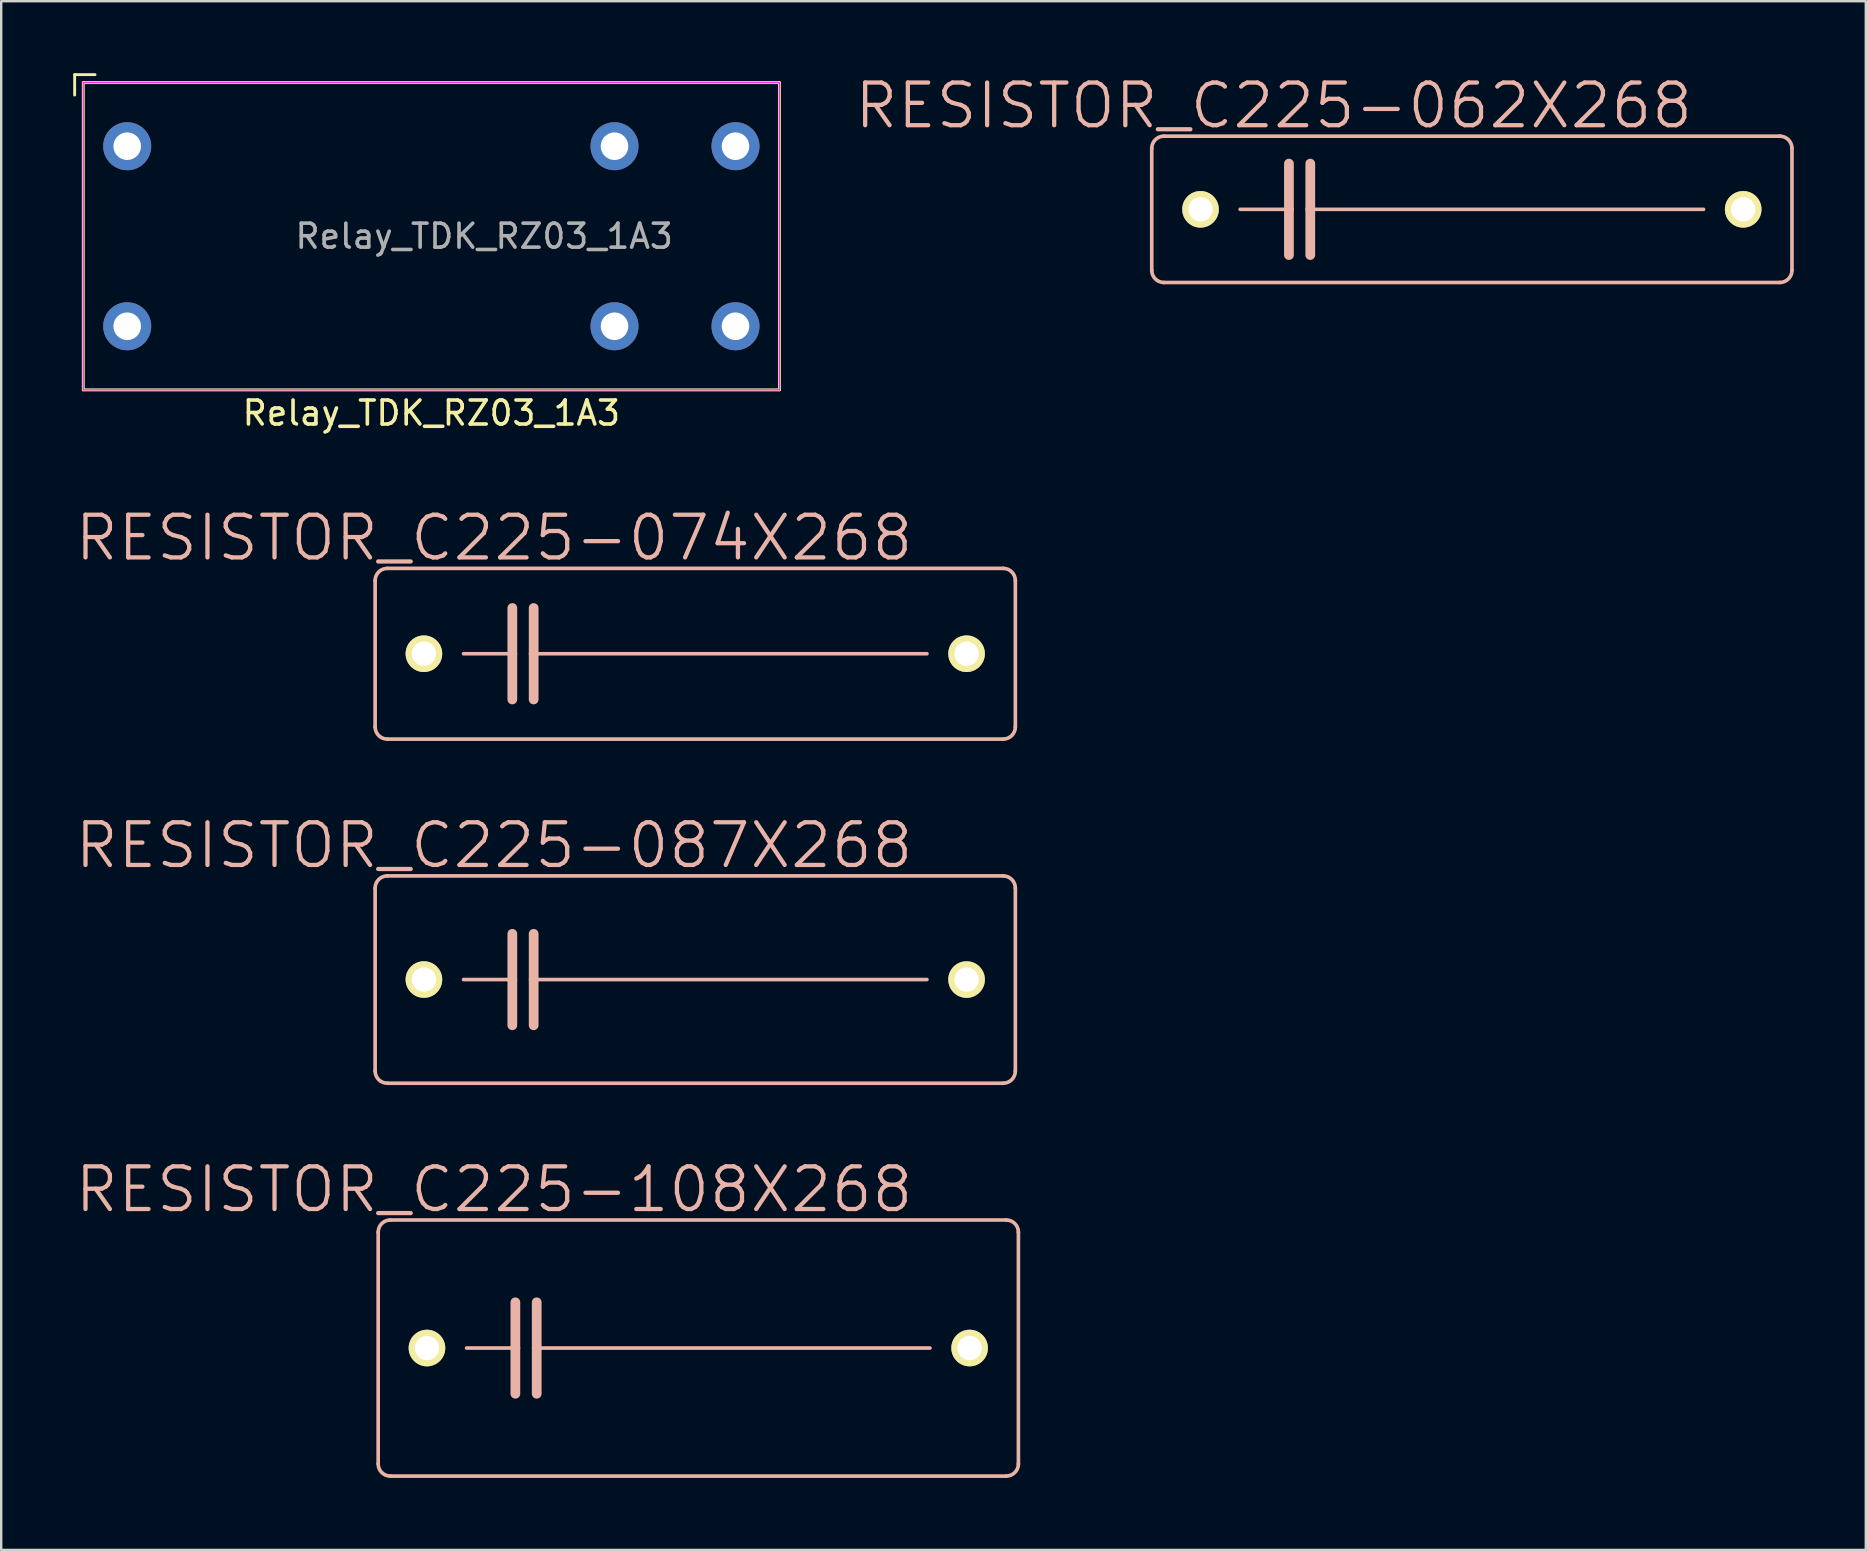
<source format=kicad_pcb>
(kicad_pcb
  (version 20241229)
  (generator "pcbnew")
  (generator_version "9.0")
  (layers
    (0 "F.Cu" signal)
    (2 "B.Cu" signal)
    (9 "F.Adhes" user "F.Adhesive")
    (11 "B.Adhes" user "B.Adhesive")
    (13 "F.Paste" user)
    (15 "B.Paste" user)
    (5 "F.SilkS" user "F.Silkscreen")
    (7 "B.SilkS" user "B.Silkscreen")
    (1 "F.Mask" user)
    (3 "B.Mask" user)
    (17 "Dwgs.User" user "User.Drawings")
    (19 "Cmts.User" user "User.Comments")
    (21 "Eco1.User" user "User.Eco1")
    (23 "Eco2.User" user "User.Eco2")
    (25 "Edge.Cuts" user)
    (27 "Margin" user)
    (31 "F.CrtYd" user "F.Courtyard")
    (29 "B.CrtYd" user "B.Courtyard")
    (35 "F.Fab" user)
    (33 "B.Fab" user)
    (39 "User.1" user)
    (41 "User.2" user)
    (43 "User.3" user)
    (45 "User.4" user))
  (footprint "Relay_TDK_RZ03_1A3"
    (layer "F.Cu")
    (at 14.919 6.791)
    (property "Reference" "Relay_TDK_RZ03_1A3" (at 0 7.366 0) (layer "F.SilkS") (effects (font (size 1 1) (thickness 0.15))))
    (attr through_hole)
    (fp_line (start -14.859 -6.731) (end -14.009 -6.731) (stroke (width 0.12) (type solid)) (layer "F.SilkS"))
    (fp_line (start -14.859 -5.881) (end -14.859 -6.731) (stroke (width 0.12) (type solid)) (layer "F.SilkS"))
    (fp_line (start -14.5 -6.4) (end 14.5 -6.4) (stroke (width 0.12) (type solid)) (layer "F.SilkS"))
    (fp_line (start -14.5 6.4) (end -14.5 -6.4) (stroke (width 0.12) (type solid)) (layer "F.SilkS"))
    (fp_line (start 14.5 -6.4) (end 14.5 6.4) (stroke (width 0.12) (type solid)) (layer "F.SilkS"))
    (fp_line (start 14.5 6.4) (end -14.5 6.4) (stroke (width 0.12) (type solid)) (layer "F.SilkS"))
    (fp_line (start -14.5 -6.4) (end -14.5 6.4) (stroke (width 0.05) (type solid)) (layer "F.CrtYd"))
    (fp_line (start -14.5 -6.4) (end 14.5 -6.4) (stroke (width 0.05) (type solid)) (layer "F.CrtYd"))
    (fp_line (start 14.5 6.4) (end -14.5 6.4) (stroke (width 0.05) (type solid)) (layer "F.CrtYd"))
    (fp_line (start 14.5 6.4) (end 14.5 -6.4) (stroke (width 0.05) (type solid)) (layer "F.CrtYd"))
    (fp_text user "${REFERENCE}" (at 2.2 0 0) (layer "F.Fab") (effects (font (size 1 1) (thickness 0.15))))
    (pad "1" thru_hole circle (at -12.67 -3.75) (size 2 2) (drill 1.15) (layers "*.Cu" "*.Mask"))
    (pad "2" thru_hole circle (at -12.67 3.75) (size 2 2) (drill 1.15) (layers "*.Cu" "*.Mask"))
    (pad "11" thru_hole circle (at 7.63 -3.75) (size 2 2) (drill 1.15) (layers "*.Cu" "*.Mask"))
    (pad "11" thru_hole circle (at 7.63 3.75) (size 2 2) (drill 1.15) (layers "*.Cu" "*.Mask"))
    (pad "14" thru_hole circle (at 12.67 -3.75) (size 2 2) (drill 1.15) (layers "*.Cu" "*.Mask"))
    (pad "14" thru_hole circle (at 12.67 3.75) (size 2 2) (drill 1.15) (layers "*.Cu" "*.Mask")))
  (footprint "RESISTOR_C225-108X268"
    (layer "F.Cu")
    (at 26.039 53.106)
    (property "Reference" "RESISTOR_C225-108X268" (at -8.509 -6.604 0) (layer "B.SilkS") (effects (font (size 1.778 1.778) (thickness 0.178))))
    (attr exclude_from_pos_files exclude_from_bom)
    (fp_line (start -13.335 4.826) (end -13.335 -4.826) (stroke (width 0.152) (type solid)) (layer "B.SilkS"))
    (fp_line (start -12.827 -5.334) (end 12.827 -5.334) (stroke (width 0.152) (type solid)) (layer "B.SilkS"))
    (fp_line (start -9.652 0) (end -7.62 0) (stroke (width 0.152) (type solid)) (layer "B.SilkS"))
    (fp_line (start -7.62 -1.905) (end -7.62 0) (stroke (width 0.406) (type solid)) (layer "B.SilkS"))
    (fp_line (start -7.62 0) (end -7.62 1.905) (stroke (width 0.406) (type solid)) (layer "B.SilkS"))
    (fp_line (start -6.731 -1.905) (end -6.731 0) (stroke (width 0.406) (type solid)) (layer "B.SilkS"))
    (fp_line (start -6.731 0) (end -6.731 1.905) (stroke (width 0.406) (type solid)) (layer "B.SilkS"))
    (fp_line (start -6.731 0) (end 9.652 0) (stroke (width 0.152) (type solid)) (layer "B.SilkS"))
    (fp_line (start 12.827 5.334) (end -12.827 5.334) (stroke (width 0.152) (type solid)) (layer "B.SilkS"))
    (fp_line (start 13.335 -4.826) (end 13.335 4.826) (stroke (width 0.152) (type solid)) (layer "B.SilkS"))
    (fp_arc (start -13.335 -4.826) (mid -13.18621 -5.18521) (end -12.827 -5.334) (stroke (width 0.1524) (type solid)) (layer "B.SilkS"))
    (fp_arc (start -12.827 5.334) (mid -13.18621 5.18521) (end -13.335 4.826) (stroke (width 0.1524) (type solid)) (layer "B.SilkS"))
    (fp_arc (start 12.827 -5.334) (mid 13.18621 -5.18521) (end 13.335 -4.826) (stroke (width 0.1524) (type solid)) (layer "B.SilkS"))
    (fp_arc (start 13.335 4.826) (mid 13.18621 5.18521) (end 12.827 5.334) (stroke (width 0.1524) (type solid)) (layer "B.SilkS"))
    (pad "1" thru_hole circle (at -11.303 0) (size 1.524 1.524) (drill 1.016) (layers "*.Cu" "F.Mask" "F.SilkS" "F.Paste"))
    (pad "2" thru_hole circle (at 11.303 0) (size 1.524 1.524) (drill 1.016) (layers "*.Cu" "F.Mask" "F.SilkS" "F.Paste")))
  (footprint "RESISTOR_C225-087X268"
    (layer "F.Cu")
    (at 25.912 37.756)
    (property "Reference" "RESISTOR_C225-087X268" (at -8.382 -5.588 0) (layer "B.SilkS") (effects (font (size 1.778 1.778) (thickness 0.178))))
    (attr exclude_from_pos_files exclude_from_bom)
    (fp_line (start -13.335 3.81) (end -13.335 -3.81) (stroke (width 0.152) (type solid)) (layer "B.SilkS"))
    (fp_line (start -12.827 -4.318) (end 12.827 -4.318) (stroke (width 0.152) (type solid)) (layer "B.SilkS"))
    (fp_line (start -9.652 0) (end -7.62 0) (stroke (width 0.152) (type solid)) (layer "B.SilkS"))
    (fp_line (start -7.62 -1.905) (end -7.62 0) (stroke (width 0.406) (type solid)) (layer "B.SilkS"))
    (fp_line (start -7.62 0) (end -7.62 1.905) (stroke (width 0.406) (type solid)) (layer "B.SilkS"))
    (fp_line (start -6.731 -1.905) (end -6.731 0) (stroke (width 0.406) (type solid)) (layer "B.SilkS"))
    (fp_line (start -6.731 0) (end -6.731 1.905) (stroke (width 0.406) (type solid)) (layer "B.SilkS"))
    (fp_line (start -6.731 0) (end 9.652 0) (stroke (width 0.152) (type solid)) (layer "B.SilkS"))
    (fp_line (start 12.827 4.318) (end -12.827 4.318) (stroke (width 0.152) (type solid)) (layer "B.SilkS"))
    (fp_line (start 13.335 -3.81) (end 13.335 3.81) (stroke (width 0.152) (type solid)) (layer "B.SilkS"))
    (fp_arc (start -13.335 -3.81) (mid -13.18621 -4.16921) (end -12.827 -4.318) (stroke (width 0.1524) (type solid)) (layer "B.SilkS"))
    (fp_arc (start -12.827 4.318) (mid -13.18621 4.16921) (end -13.335 3.81) (stroke (width 0.1524) (type solid)) (layer "B.SilkS"))
    (fp_arc (start 12.827 -4.318) (mid 13.18621 -4.16921) (end 13.335 -3.81) (stroke (width 0.1524) (type solid)) (layer "B.SilkS"))
    (fp_arc (start 13.335 3.81) (mid 13.18621 4.16921) (end 12.827 4.318) (stroke (width 0.1524) (type solid)) (layer "B.SilkS"))
    (pad "1" thru_hole circle (at -11.303 0) (size 1.524 1.524) (drill 1.016) (layers "*.Cu" "F.Mask" "F.SilkS" "F.Paste"))
    (pad "2" thru_hole circle (at 11.303 0) (size 1.524 1.524) (drill 1.016) (layers "*.Cu" "F.Mask" "F.SilkS" "F.Paste")))
  (footprint "RESISTOR_C225-062X268"
    (layer "F.Cu")
    (at 58.264 5.67)
    (property "Reference" "RESISTOR_C225-062X268" (at -8.255 -4.318 0) (layer "B.SilkS") (effects (font (size 1.778 1.778) (thickness 0.178))))
    (attr exclude_from_pos_files exclude_from_bom)
    (fp_line (start -13.335 2.54) (end -13.335 -2.54) (stroke (width 0.152) (type solid)) (layer "B.SilkS"))
    (fp_line (start -12.827 -3.048) (end 12.827 -3.048) (stroke (width 0.152) (type solid)) (layer "B.SilkS"))
    (fp_line (start -9.652 0) (end -7.62 0) (stroke (width 0.152) (type solid)) (layer "B.SilkS"))
    (fp_line (start -7.62 -1.905) (end -7.62 0) (stroke (width 0.406) (type solid)) (layer "B.SilkS"))
    (fp_line (start -7.62 0) (end -7.62 1.905) (stroke (width 0.406) (type solid)) (layer "B.SilkS"))
    (fp_line (start -6.731 -1.905) (end -6.731 0) (stroke (width 0.406) (type solid)) (layer "B.SilkS"))
    (fp_line (start -6.731 0) (end -6.731 1.905) (stroke (width 0.406) (type solid)) (layer "B.SilkS"))
    (fp_line (start -6.731 0) (end 9.652 0) (stroke (width 0.152) (type solid)) (layer "B.SilkS"))
    (fp_line (start 12.827 3.048) (end -12.827 3.048) (stroke (width 0.152) (type solid)) (layer "B.SilkS"))
    (fp_line (start 13.335 -2.54) (end 13.335 2.54) (stroke (width 0.152) (type solid)) (layer "B.SilkS"))
    (fp_arc (start -13.335 -2.54) (mid -13.18621 -2.89921) (end -12.827 -3.048) (stroke (width 0.1524) (type solid)) (layer "B.SilkS"))
    (fp_arc (start -12.827 3.048) (mid -13.18621 2.89921) (end -13.335 2.54) (stroke (width 0.1524) (type solid)) (layer "B.SilkS"))
    (fp_arc (start 12.827 -3.048) (mid 13.18621 -2.89921) (end 13.335 -2.54) (stroke (width 0.1524) (type solid)) (layer "B.SilkS"))
    (fp_arc (start 13.335 2.54) (mid 13.18621 2.89921) (end 12.827 3.048) (stroke (width 0.1524) (type solid)) (layer "B.SilkS"))
    (pad "1" thru_hole circle (at -11.303 0) (size 1.524 1.524) (drill 1.016) (layers "*.Cu" "F.Mask" "F.SilkS" "F.Paste"))
    (pad "2" thru_hole circle (at 11.303 0) (size 1.524 1.524) (drill 1.016) (layers "*.Cu" "F.Mask" "F.SilkS" "F.Paste")))
  (footprint "RESISTOR_C225-074X268"
    (layer "F.Cu")
    (at 25.912 24.183)
    (property "Reference" "RESISTOR_C225-074X268" (at -8.382 -4.826 0) (layer "B.SilkS") (effects (font (size 1.778 1.778) (thickness 0.178))))
    (attr exclude_from_pos_files exclude_from_bom)
    (fp_line (start -13.335 3.048) (end -13.335 -3.048) (stroke (width 0.152) (type solid)) (layer "B.SilkS"))
    (fp_line (start -12.827 -3.556) (end 12.827 -3.556) (stroke (width 0.152) (type solid)) (layer "B.SilkS"))
    (fp_line (start -9.652 0) (end -7.62 0) (stroke (width 0.152) (type solid)) (layer "B.SilkS"))
    (fp_line (start -7.62 -1.905) (end -7.62 0) (stroke (width 0.406) (type solid)) (layer "B.SilkS"))
    (fp_line (start -7.62 0) (end -7.62 1.905) (stroke (width 0.406) (type solid)) (layer "B.SilkS"))
    (fp_line (start -6.731 -1.905) (end -6.731 0) (stroke (width 0.406) (type solid)) (layer "B.SilkS"))
    (fp_line (start -6.731 0) (end -6.731 1.905) (stroke (width 0.406) (type solid)) (layer "B.SilkS"))
    (fp_line (start -6.731 0) (end 9.652 0) (stroke (width 0.152) (type solid)) (layer "B.SilkS"))
    (fp_line (start 12.827 3.556) (end -12.827 3.556) (stroke (width 0.152) (type solid)) (layer "B.SilkS"))
    (fp_line (start 13.335 -3.048) (end 13.335 3.048) (stroke (width 0.152) (type solid)) (layer "B.SilkS"))
    (fp_arc (start -13.335 -3.048) (mid -13.18621 -3.40721) (end -12.827 -3.556) (stroke (width 0.1524) (type solid)) (layer "B.SilkS"))
    (fp_arc (start -12.827 3.556) (mid -13.18621 3.40721) (end -13.335 3.048) (stroke (width 0.1524) (type solid)) (layer "B.SilkS"))
    (fp_arc (start 12.827 -3.556) (mid 13.18621 -3.40721) (end 13.335 -3.048) (stroke (width 0.1524) (type solid)) (layer "B.SilkS"))
    (fp_arc (start 13.335 3.048) (mid 13.18621 3.40721) (end 12.827 3.556) (stroke (width 0.1524) (type solid)) (layer "B.SilkS"))
    (pad "1" thru_hole circle (at -11.303 0) (size 1.524 1.524) (drill 1.016) (layers "*.Cu" "F.Mask" "F.SilkS" "F.Paste"))
    (pad "2" thru_hole circle (at 11.303 0) (size 1.524 1.524) (drill 1.016) (layers "*.Cu" "F.Mask" "F.SilkS" "F.Paste")))
  (gr_rect
    (start -3 -3)
    (end 74.675 61.516)
    (stroke (width 0.1) (type default))
    (fill no)
    (layer "Edge.Cuts")))
</source>
